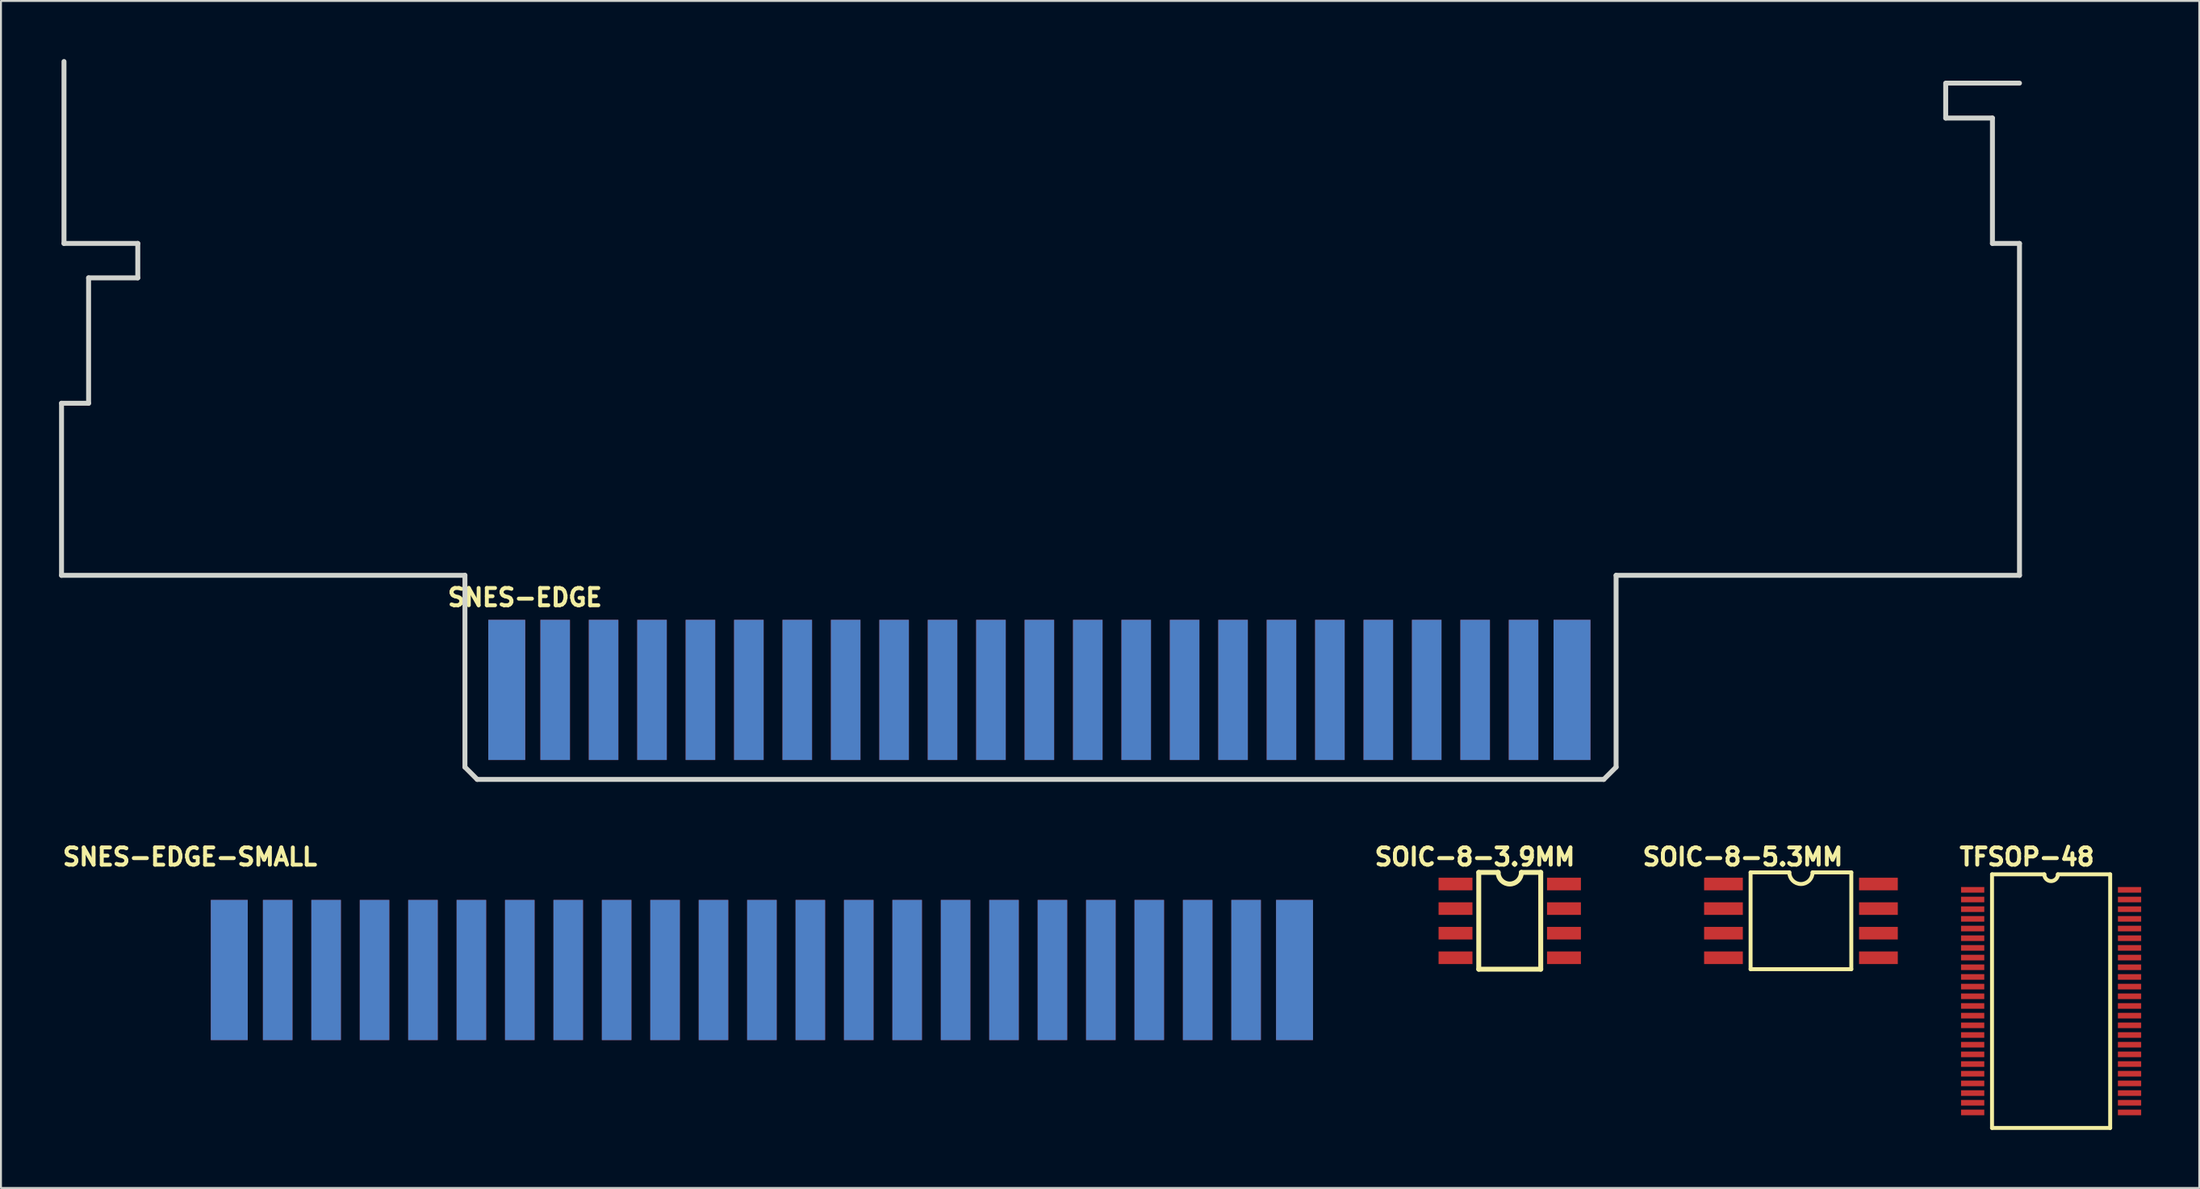
<source format=kicad_pcb>
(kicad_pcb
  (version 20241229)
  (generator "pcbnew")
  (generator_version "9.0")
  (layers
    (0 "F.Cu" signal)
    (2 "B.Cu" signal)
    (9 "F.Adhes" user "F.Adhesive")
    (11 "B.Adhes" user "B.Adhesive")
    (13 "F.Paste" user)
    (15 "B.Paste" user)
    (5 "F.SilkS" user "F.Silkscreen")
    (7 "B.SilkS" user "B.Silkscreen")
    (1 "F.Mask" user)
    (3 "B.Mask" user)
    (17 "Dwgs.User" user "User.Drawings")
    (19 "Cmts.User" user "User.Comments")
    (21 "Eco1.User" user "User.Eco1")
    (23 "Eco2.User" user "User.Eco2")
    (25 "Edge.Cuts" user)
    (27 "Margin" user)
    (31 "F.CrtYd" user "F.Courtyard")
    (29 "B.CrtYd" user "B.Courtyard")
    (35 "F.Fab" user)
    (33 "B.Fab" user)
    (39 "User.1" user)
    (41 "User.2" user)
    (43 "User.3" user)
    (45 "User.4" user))
  (footprint "SOIC-8-3.9MM"
    (layer "F.Cu")
    (at 72.1 42.615)
    (property "Reference" "SOIC-8-3.9MM" (at 1 -1.4 0) (layer "F.SilkS") (effects (font (size 0.889 0.889) (thickness 0.203))))
    (attr through_hole)
    (fp_line (start 1.2 -0.6) (end 1.2 4.4) (stroke (width 0.254) (type solid)) (layer "F.SilkS"))
    (fp_line (start 1.2 -0.6) (end 2.2 -0.6) (stroke (width 0.254) (type solid)) (layer "F.SilkS"))
    (fp_line (start 1.2 4.4) (end 4.4 4.4) (stroke (width 0.254) (type solid)) (layer "F.SilkS"))
    (fp_line (start 4.4 -0.6) (end 3.4 -0.6) (stroke (width 0.254) (type solid)) (layer "F.SilkS"))
    (fp_line (start 4.4 4.4) (end 4.4 -0.6) (stroke (width 0.254) (type solid)) (layer "F.SilkS"))
    (fp_arc (start 3.4 -0.6) (mid 2.8 0) (end 2.2 -0.6) (stroke (width 0.254) (type solid)) (layer "F.SilkS"))
    (pad "1" smd rect (at 0 0) (size 1.75 0.65) (layers "F.Cu" "F.Mask" "F.Paste"))
    (pad "2" smd rect (at 0 1.27) (size 1.75 0.65) (layers "F.Cu" "F.Mask" "F.Paste"))
    (pad "3" smd rect (at 0 2.54) (size 1.75 0.65) (layers "F.Cu" "F.Mask" "F.Paste"))
    (pad "4" smd rect (at 0 3.81) (size 1.75 0.65) (layers "F.Cu" "F.Mask" "F.Paste"))
    (pad "5" smd rect (at 5.6 3.81) (size 1.75 0.65) (layers "F.Cu" "F.Mask" "F.Paste"))
    (pad "6" smd rect (at 5.6 2.54) (size 1.75 0.65) (layers "F.Cu" "F.Mask" "F.Paste"))
    (pad "7" smd rect (at 5.6 1.27) (size 1.75 0.65) (layers "F.Cu" "F.Mask" "F.Paste"))
    (pad "8" smd rect (at 5.6 0) (size 1.75 0.65) (layers "F.Cu" "F.Mask" "F.Paste")))
  (footprint "SNES-EDGE"
    (layer "F.Cu")
    (at 23.114 32.588)
    (property "Reference" "SNES-EDGE" (at 0.94 -4.775 0) (layer "F.SilkS") (effects (font (size 0.889 0.889) (thickness 0.203))))
    (attr through_hole)
    (fp_line (start -22.987 -14.808) (end -21.59 -14.808) (stroke (width 0.254) (type solid)) (layer "Edge.Cuts"))
    (fp_line (start -22.987 -5.918) (end -22.987 -14.808) (stroke (width 0.254) (type solid)) (layer "Edge.Cuts"))
    (fp_line (start -22.86 -23.063) (end -22.86 -32.461) (stroke (width 0.254) (type solid)) (layer "Edge.Cuts"))
    (fp_line (start -21.59 -21.285) (end -19.05 -21.285) (stroke (width 0.254) (type solid)) (layer "Edge.Cuts"))
    (fp_line (start -21.59 -14.808) (end -21.59 -21.285) (stroke (width 0.254) (type solid)) (layer "Edge.Cuts"))
    (fp_line (start -19.05 -23.063) (end -22.86 -23.063) (stroke (width 0.254) (type solid)) (layer "Edge.Cuts"))
    (fp_line (start -19.05 -21.285) (end -19.05 -23.063) (stroke (width 0.254) (type solid)) (layer "Edge.Cuts"))
    (fp_line (start -2.159 -5.918) (end -22.987 -5.918) (stroke (width 0.254) (type solid)) (layer "Edge.Cuts"))
    (fp_line (start -2.159 3.988) (end -2.159 -5.918) (stroke (width 0.254) (type solid)) (layer "Edge.Cuts"))
    (fp_line (start -2.159 3.988) (end -1.524 4.623) (stroke (width 0.254) (type solid)) (layer "Edge.Cuts"))
    (fp_line (start -1.524 4.623) (end 56.642 4.623) (stroke (width 0.254) (type solid)) (layer "Edge.Cuts"))
    (fp_line (start 57.277 -5.918) (end 78.105 -5.918) (stroke (width 0.254) (type solid)) (layer "Edge.Cuts"))
    (fp_line (start 57.277 3.988) (end 56.642 4.623) (stroke (width 0.254) (type solid)) (layer "Edge.Cuts"))
    (fp_line (start 57.277 3.988) (end 57.277 -5.918) (stroke (width 0.254) (type solid)) (layer "Edge.Cuts"))
    (fp_line (start 74.295 -31.344) (end 78.105 -31.344) (stroke (width 0.254) (type solid)) (layer "Edge.Cuts"))
    (fp_line (start 74.295 -29.54) (end 74.295 -31.318) (stroke (width 0.254) (type solid)) (layer "Edge.Cuts"))
    (fp_line (start 76.708 -29.54) (end 74.295 -29.54) (stroke (width 0.254) (type solid)) (layer "Edge.Cuts"))
    (fp_line (start 76.708 -23.063) (end 76.708 -29.54) (stroke (width 0.254) (type solid)) (layer "Edge.Cuts"))
    (fp_line (start 78.105 -23.063) (end 76.708 -23.063) (stroke (width 0.254) (type solid)) (layer "Edge.Cuts"))
    (fp_line (start 78.105 -5.918) (end 78.105 -23.063) (stroke (width 0.254) (type solid)) (layer "Edge.Cuts"))
    (pad "5" smd rect (at 55 0) (size 1.905 7.239) (layers "B.Cu" "B.Paste"))
    (pad "6" smd rect (at 52.5 0) (size 1.524 7.239) (layers "B.Cu" "B.Paste"))
    (pad "7" smd rect (at 50 0) (size 1.524 7.239) (layers "B.Cu" "B.Paste"))
    (pad "8" smd rect (at 47.5 0) (size 1.524 7.239) (layers "B.Cu" "B.Paste"))
    (pad "9" smd rect (at 45 0) (size 1.524 7.239) (layers "B.Cu" "B.Paste"))
    (pad "10" smd rect (at 42.5 0) (size 1.524 7.239) (layers "B.Cu" "B.Paste"))
    (pad "11" smd rect (at 40 0) (size 1.524 7.239) (layers "B.Cu" "B.Paste"))
    (pad "12" smd rect (at 37.5 0) (size 1.524 7.239) (layers "B.Cu" "B.Paste"))
    (pad "13" smd rect (at 35 0) (size 1.524 7.239) (layers "B.Cu" "B.Paste"))
    (pad "14" smd rect (at 32.5 0) (size 1.524 7.239) (layers "B.Cu" "B.Paste"))
    (pad "15" smd rect (at 30 0) (size 1.524 7.239) (layers "B.Cu" "B.Paste"))
    (pad "16" smd rect (at 27.5 0) (size 1.524 7.239) (layers "B.Cu" "B.Paste"))
    (pad "17" smd rect (at 25 0) (size 1.524 7.239) (layers "B.Cu" "B.Paste"))
    (pad "18" smd rect (at 22.5 0) (size 1.524 7.239) (layers "B.Cu" "B.Paste"))
    (pad "19" smd rect (at 20 0) (size 1.524 7.239) (layers "B.Cu" "B.Paste"))
    (pad "20" smd rect (at 17.5 0) (size 1.524 7.239) (layers "B.Cu" "B.Paste"))
    (pad "21" smd rect (at 15 0) (size 1.524 7.239) (layers "B.Cu" "B.Paste"))
    (pad "22" smd rect (at 12.5 0) (size 1.524 7.239) (layers "B.Cu" "B.Paste"))
    (pad "23" smd rect (at 10 0) (size 1.524 7.239) (layers "B.Cu" "B.Paste"))
    (pad "24" smd rect (at 7.5 0) (size 1.524 7.239) (layers "B.Cu" "B.Paste"))
    (pad "25" smd rect (at 5 0) (size 1.524 7.239) (layers "B.Cu" "B.Paste"))
    (pad "26" smd rect (at 2.5 0) (size 1.524 7.239) (layers "B.Cu" "B.Paste"))
    (pad "27" smd rect (at 0 0) (size 1.905 7.239) (layers "B.Cu" "B.Paste"))
    (pad "36" smd rect (at 55 0) (size 1.905 7.239) (layers "F.Cu" "F.Paste"))
    (pad "37" smd rect (at 52.5 0) (size 1.524 7.239) (layers "F.Cu" "F.Paste"))
    (pad "38" smd rect (at 50 0) (size 1.524 7.239) (layers "F.Cu" "F.Paste"))
    (pad "39" smd rect (at 47.5 0) (size 1.524 7.239) (layers "F.Cu" "F.Paste"))
    (pad "40" smd rect (at 45 0) (size 1.524 7.239) (layers "F.Cu" "F.Paste"))
    (pad "41" smd rect (at 42.5 0) (size 1.524 7.239) (layers "F.Cu" "F.Paste"))
    (pad "42" smd rect (at 40 0) (size 1.524 7.239) (layers "F.Cu" "F.Paste"))
    (pad "43" smd rect (at 37.5 0) (size 1.524 7.239) (layers "F.Cu" "F.Paste"))
    (pad "44" smd rect (at 35 0) (size 1.524 7.239) (layers "F.Cu" "F.Paste"))
    (pad "45" smd rect (at 32.5 0) (size 1.524 7.239) (layers "F.Cu" "F.Paste"))
    (pad "46" smd rect (at 30 0) (size 1.524 7.239) (layers "F.Cu" "F.Paste"))
    (pad "47" smd rect (at 27.5 0) (size 1.524 7.239) (layers "F.Cu" "F.Paste"))
    (pad "48" smd rect (at 25 0) (size 1.524 7.239) (layers "F.Cu" "F.Paste"))
    (pad "49" smd rect (at 22.5 0) (size 1.524 7.239) (layers "F.Cu" "F.Paste"))
    (pad "50" smd rect (at 20 0) (size 1.524 7.239) (layers "F.Cu" "F.Paste"))
    (pad "51" smd rect (at 17.5 0) (size 1.524 7.239) (layers "F.Cu" "F.Paste"))
    (pad "52" smd rect (at 15 0) (size 1.524 7.239) (layers "F.Cu" "F.Paste"))
    (pad "53" smd rect (at 12.5 0) (size 1.524 7.239) (layers "F.Cu" "F.Paste"))
    (pad "54" smd rect (at 10 0) (size 1.524 7.239) (layers "F.Cu" "F.Paste"))
    (pad "55" smd rect (at 7.5 0) (size 1.524 7.239) (layers "F.Cu" "F.Paste"))
    (pad "56" smd rect (at 5 0) (size 1.524 7.239) (layers "F.Cu" "F.Paste"))
    (pad "57" smd rect (at 2.5 0) (size 1.524 7.239) (layers "F.Cu" "F.Paste"))
    (pad "58" smd rect (at 0 0) (size 1.905 7.239) (layers "F.Cu" "F.Paste")))
  (footprint "SNES-EDGE-SMALL"
    (layer "F.Cu")
    (at 8.788 47.057)
    (property "Reference" "SNES-EDGE-SMALL" (at -2.032 -5.842 0) (layer "F.SilkS") (effects (font (size 0.889 0.889) (thickness 0.203))))
    (attr through_hole)
    (pad "5" smd rect (at 55 0) (size 1.905 7.239) (layers "B.Cu" "B.Paste"))
    (pad "6" smd rect (at 52.5 0) (size 1.524 7.239) (layers "B.Cu" "B.Paste"))
    (pad "7" smd rect (at 50 0) (size 1.524 7.239) (layers "B.Cu" "B.Paste"))
    (pad "8" smd rect (at 47.5 0) (size 1.524 7.239) (layers "B.Cu" "B.Paste"))
    (pad "9" smd rect (at 45 0) (size 1.524 7.239) (layers "B.Cu" "B.Paste"))
    (pad "10" smd rect (at 42.5 0) (size 1.524 7.239) (layers "B.Cu" "B.Paste"))
    (pad "11" smd rect (at 40 0) (size 1.524 7.239) (layers "B.Cu" "B.Paste"))
    (pad "12" smd rect (at 37.5 0) (size 1.524 7.239) (layers "B.Cu" "B.Paste"))
    (pad "13" smd rect (at 35 0) (size 1.524 7.239) (layers "B.Cu" "B.Paste"))
    (pad "14" smd rect (at 32.5 0) (size 1.524 7.239) (layers "B.Cu" "B.Paste"))
    (pad "15" smd rect (at 30 0) (size 1.524 7.239) (layers "B.Cu" "B.Paste"))
    (pad "16" smd rect (at 27.5 0) (size 1.524 7.239) (layers "B.Cu" "B.Paste"))
    (pad "17" smd rect (at 25 0) (size 1.524 7.239) (layers "B.Cu" "B.Paste"))
    (pad "18" smd rect (at 22.5 0) (size 1.524 7.239) (layers "B.Cu" "B.Paste"))
    (pad "19" smd rect (at 20 0) (size 1.524 7.239) (layers "B.Cu" "B.Paste"))
    (pad "20" smd rect (at 17.5 0) (size 1.524 7.239) (layers "B.Cu" "B.Paste"))
    (pad "21" smd rect (at 15 0) (size 1.524 7.239) (layers "B.Cu" "B.Paste"))
    (pad "22" smd rect (at 12.5 0) (size 1.524 7.239) (layers "B.Cu" "B.Paste"))
    (pad "23" smd rect (at 10 0) (size 1.524 7.239) (layers "B.Cu" "B.Paste"))
    (pad "24" smd rect (at 7.5 0) (size 1.524 7.239) (layers "B.Cu" "B.Paste"))
    (pad "25" smd rect (at 5 0) (size 1.524 7.239) (layers "B.Cu" "B.Paste"))
    (pad "26" smd rect (at 2.5 0) (size 1.524 7.239) (layers "B.Cu" "B.Paste"))
    (pad "27" smd rect (at 0 0) (size 1.905 7.239) (layers "B.Cu" "B.Paste"))
    (pad "36" smd rect (at 55 0) (size 1.905 7.239) (layers "F.Cu" "F.Paste"))
    (pad "37" smd rect (at 52.5 0) (size 1.524 7.239) (layers "F.Cu" "F.Paste"))
    (pad "38" smd rect (at 50 0) (size 1.524 7.239) (layers "F.Cu" "F.Paste"))
    (pad "39" smd rect (at 47.5 0) (size 1.524 7.239) (layers "F.Cu" "F.Paste"))
    (pad "40" smd rect (at 45 0) (size 1.524 7.239) (layers "F.Cu" "F.Paste"))
    (pad "41" smd rect (at 42.5 0) (size 1.524 7.239) (layers "F.Cu" "F.Paste"))
    (pad "42" smd rect (at 40 0) (size 1.524 7.239) (layers "F.Cu" "F.Paste"))
    (pad "43" smd rect (at 37.5 0) (size 1.524 7.239) (layers "F.Cu" "F.Paste"))
    (pad "44" smd rect (at 35 0) (size 1.524 7.239) (layers "F.Cu" "F.Paste"))
    (pad "45" smd rect (at 32.5 0) (size 1.524 7.239) (layers "F.Cu" "F.Paste"))
    (pad "46" smd rect (at 30 0) (size 1.524 7.239) (layers "F.Cu" "F.Paste"))
    (pad "47" smd rect (at 27.5 0) (size 1.524 7.239) (layers "F.Cu" "F.Paste"))
    (pad "48" smd rect (at 25 0) (size 1.524 7.239) (layers "F.Cu" "F.Paste"))
    (pad "49" smd rect (at 22.5 0) (size 1.524 7.239) (layers "F.Cu" "F.Paste"))
    (pad "50" smd rect (at 20 0) (size 1.524 7.239) (layers "F.Cu" "F.Paste"))
    (pad "51" smd rect (at 17.5 0) (size 1.524 7.239) (layers "F.Cu" "F.Paste"))
    (pad "52" smd rect (at 15 0) (size 1.524 7.239) (layers "F.Cu" "F.Paste"))
    (pad "53" smd rect (at 12.5 0) (size 1.524 7.239) (layers "F.Cu" "F.Paste"))
    (pad "54" smd rect (at 10 0) (size 1.524 7.239) (layers "F.Cu" "F.Paste"))
    (pad "55" smd rect (at 7.5 0) (size 1.524 7.239) (layers "F.Cu" "F.Paste"))
    (pad "56" smd rect (at 5 0) (size 1.524 7.239) (layers "F.Cu" "F.Paste"))
    (pad "57" smd rect (at 2.5 0) (size 1.524 7.239) (layers "F.Cu" "F.Paste"))
    (pad "58" smd rect (at 0 0) (size 1.905 7.239) (layers "F.Cu" "F.Paste")))
  (footprint "SOIC-8-5.3MM"
    (layer "F.Cu")
    (at 85.935 42.615)
    (property "Reference" "SOIC-8-5.3MM" (at 1 -1.4 0) (layer "F.SilkS") (effects (font (size 0.889 0.889) (thickness 0.203))))
    (attr through_hole)
    (fp_line (start 1.4 -0.6) (end 1.4 4.4) (stroke (width 0.203) (type solid)) (layer "F.SilkS"))
    (fp_line (start 1.4 4.4) (end 6.6 4.4) (stroke (width 0.203) (type solid)) (layer "F.SilkS"))
    (fp_line (start 3.4 -0.6) (end 1.4 -0.6) (stroke (width 0.203) (type solid)) (layer "F.SilkS"))
    (fp_line (start 4.6 -0.6) (end 6.6 -0.6) (stroke (width 0.203) (type solid)) (layer "F.SilkS"))
    (fp_line (start 6.6 4.4) (end 6.6 -0.6) (stroke (width 0.203) (type solid)) (layer "F.SilkS"))
    (fp_arc (start 4.6 -0.6) (mid 4 0) (end 3.4 -0.6) (stroke (width 0.2032) (type solid)) (layer "F.SilkS"))
    (pad "1" smd rect (at 0 0) (size 2 0.65) (layers "F.Cu" "F.Mask" "F.Paste"))
    (pad "2" smd rect (at 0 1.27) (size 2 0.65) (layers "F.Cu" "F.Mask" "F.Paste"))
    (pad "3" smd rect (at 0 2.54) (size 2 0.65) (layers "F.Cu" "F.Mask" "F.Paste"))
    (pad "4" smd rect (at 0 3.81) (size 2 0.65) (layers "F.Cu" "F.Mask" "F.Paste"))
    (pad "5" smd rect (at 8 3.81) (size 2 0.65) (layers "F.Cu" "F.Mask" "F.Paste"))
    (pad "6" smd rect (at 8 2.54) (size 2 0.65) (layers "F.Cu" "F.Mask" "F.Paste"))
    (pad "7" smd rect (at 8 1.27) (size 2 0.65) (layers "F.Cu" "F.Mask" "F.Paste"))
    (pad "8" smd rect (at 8 0) (size 2 0.65) (layers "F.Cu" "F.Mask" "F.Paste")))
  (footprint "TFSOP-48"
    (layer "F.Cu")
    (at 98.801 42.915)
    (property "Reference" "TFSOP-48" (at 2.8 -1.7 0) (layer "F.SilkS") (effects (font (size 0.889 0.889) (thickness 0.203))))
    (attr smd)
    (fp_line (start 1 -0.8) (end 1 12.3) (stroke (width 0.203) (type solid)) (layer "F.SilkS"))
    (fp_line (start 1 12.3) (end 7.1 12.3) (stroke (width 0.203) (type solid)) (layer "F.SilkS"))
    (fp_line (start 3.7 -0.8) (end 1 -0.8) (stroke (width 0.203) (type solid)) (layer "F.SilkS"))
    (fp_line (start 4.4 -0.8) (end 7.1 -0.8) (stroke (width 0.203) (type solid)) (layer "F.SilkS"))
    (fp_line (start 7.1 12.3) (end 7.1 -0.8) (stroke (width 0.203) (type solid)) (layer "F.SilkS"))
    (fp_arc (start 4.4 -0.8) (mid 4.05 -0.45) (end 3.7 -0.8) (stroke (width 0.2032) (type solid)) (layer "F.SilkS"))
    (pad "1" smd rect (at 0 0) (size 1.2 0.29) (layers "F.Cu" "F.Mask" "F.Paste"))
    (pad "2" smd rect (at 0 0.5) (size 1.2 0.29) (layers "F.Cu" "F.Mask" "F.Paste"))
    (pad "3" smd rect (at 0 1) (size 1.2 0.29) (layers "F.Cu" "F.Mask" "F.Paste"))
    (pad "4" smd rect (at 0 1.5) (size 1.2 0.29) (layers "F.Cu" "F.Mask" "F.Paste"))
    (pad "5" smd rect (at 0 2) (size 1.2 0.29) (layers "F.Cu" "F.Mask" "F.Paste"))
    (pad "6" smd rect (at 0 2.5) (size 1.2 0.29) (layers "F.Cu" "F.Mask" "F.Paste"))
    (pad "7" smd rect (at 0 3) (size 1.2 0.29) (layers "F.Cu" "F.Mask" "F.Paste"))
    (pad "8" smd rect (at 0 3.5) (size 1.2 0.29) (layers "F.Cu" "F.Mask" "F.Paste"))
    (pad "9" smd rect (at 0 4) (size 1.2 0.29) (layers "F.Cu" "F.Mask" "F.Paste"))
    (pad "10" smd rect (at 0 4.5) (size 1.2 0.29) (layers "F.Cu" "F.Mask" "F.Paste"))
    (pad "11" smd rect (at 0 5) (size 1.2 0.29) (layers "F.Cu" "F.Mask" "F.Paste"))
    (pad "12" smd rect (at 0 5.5) (size 1.2 0.29) (layers "F.Cu" "F.Mask" "F.Paste"))
    (pad "13" smd rect (at 0 6) (size 1.2 0.29) (layers "F.Cu" "F.Mask" "F.Paste"))
    (pad "14" smd rect (at 0 6.5) (size 1.2 0.29) (layers "F.Cu" "F.Mask" "F.Paste"))
    (pad "15" smd rect (at 0 7) (size 1.2 0.29) (layers "F.Cu" "F.Mask" "F.Paste"))
    (pad "16" smd rect (at 0 7.5) (size 1.2 0.29) (layers "F.Cu" "F.Mask" "F.Paste"))
    (pad "17" smd rect (at 0 8) (size 1.2 0.29) (layers "F.Cu" "F.Mask" "F.Paste"))
    (pad "18" smd rect (at 0 8.5) (size 1.2 0.29) (layers "F.Cu" "F.Mask" "F.Paste"))
    (pad "19" smd rect (at 0 9) (size 1.2 0.29) (layers "F.Cu" "F.Mask" "F.Paste"))
    (pad "20" smd rect (at 0 9.5) (size 1.2 0.29) (layers "F.Cu" "F.Mask" "F.Paste"))
    (pad "21" smd rect (at 0 10) (size 1.2 0.29) (layers "F.Cu" "F.Mask" "F.Paste"))
    (pad "22" smd rect (at 0 10.5) (size 1.2 0.29) (layers "F.Cu" "F.Mask" "F.Paste"))
    (pad "23" smd rect (at 0 11) (size 1.2 0.29) (layers "F.Cu" "F.Mask" "F.Paste"))
    (pad "24" smd rect (at 0 11.5) (size 1.2 0.29) (layers "F.Cu" "F.Mask" "F.Paste"))
    (pad "25" smd rect (at 8.1 11.5) (size 1.2 0.29) (layers "F.Cu" "F.Mask" "F.Paste"))
    (pad "26" smd rect (at 8.1 11) (size 1.2 0.29) (layers "F.Cu" "F.Mask" "F.Paste"))
    (pad "27" smd rect (at 8.1 10.5) (size 1.2 0.29) (layers "F.Cu" "F.Mask" "F.Paste"))
    (pad "28" smd rect (at 8.1 10) (size 1.2 0.29) (layers "F.Cu" "F.Mask" "F.Paste"))
    (pad "29" smd rect (at 8.1 9.5) (size 1.2 0.29) (layers "F.Cu" "F.Mask" "F.Paste"))
    (pad "30" smd rect (at 8.1 9) (size 1.2 0.29) (layers "F.Cu" "F.Mask" "F.Paste"))
    (pad "31" smd rect (at 8.1 8.5) (size 1.2 0.29) (layers "F.Cu" "F.Mask" "F.Paste"))
    (pad "32" smd rect (at 8.1 8) (size 1.2 0.29) (layers "F.Cu" "F.Mask" "F.Paste"))
    (pad "33" smd rect (at 8.1 7.5) (size 1.2 0.29) (layers "F.Cu" "F.Mask" "F.Paste"))
    (pad "34" smd rect (at 8.1 7) (size 1.2 0.29) (layers "F.Cu" "F.Mask" "F.Paste"))
    (pad "35" smd rect (at 8.1 6.5) (size 1.2 0.29) (layers "F.Cu" "F.Mask" "F.Paste"))
    (pad "36" smd rect (at 8.1 6) (size 1.2 0.29) (layers "F.Cu" "F.Mask" "F.Paste"))
    (pad "37" smd rect (at 8.1 5.5) (size 1.2 0.29) (layers "F.Cu" "F.Mask" "F.Paste"))
    (pad "38" smd rect (at 8.1 5) (size 1.2 0.29) (layers "F.Cu" "F.Mask" "F.Paste"))
    (pad "39" smd rect (at 8.1 4.5) (size 1.2 0.29) (layers "F.Cu" "F.Mask" "F.Paste"))
    (pad "40" smd rect (at 8.1 4) (size 1.2 0.29) (layers "F.Cu" "F.Mask" "F.Paste"))
    (pad "41" smd rect (at 8.1 3.5) (size 1.2 0.29) (layers "F.Cu" "F.Mask" "F.Paste"))
    (pad "42" smd rect (at 8.1 3) (size 1.2 0.29) (layers "F.Cu" "F.Mask" "F.Paste"))
    (pad "43" smd rect (at 8.1 2.5) (size 1.2 0.29) (layers "F.Cu" "F.Mask" "F.Paste"))
    (pad "44" smd rect (at 8.1 2) (size 1.2 0.29) (layers "F.Cu" "F.Mask" "F.Paste"))
    (pad "45" smd rect (at 8.1 1.5) (size 1.2 0.29) (layers "F.Cu" "F.Mask" "F.Paste"))
    (pad "46" smd rect (at 8.1 1) (size 1.2 0.29) (layers "F.Cu" "F.Mask" "F.Paste"))
    (pad "47" smd rect (at 8.1 0.5) (size 1.2 0.29) (layers "F.Cu" "F.Mask" "F.Paste"))
    (pad "48" smd rect (at 8.1 0) (size 1.2 0.29) (layers "F.Cu" "F.Mask" "F.Paste")))
  (gr_rect
    (start -3 -3)
    (end 110.501 58.316)
    (stroke (width 0.1) (type default))
    (fill no)
    (layer "Edge.Cuts")))
</source>
